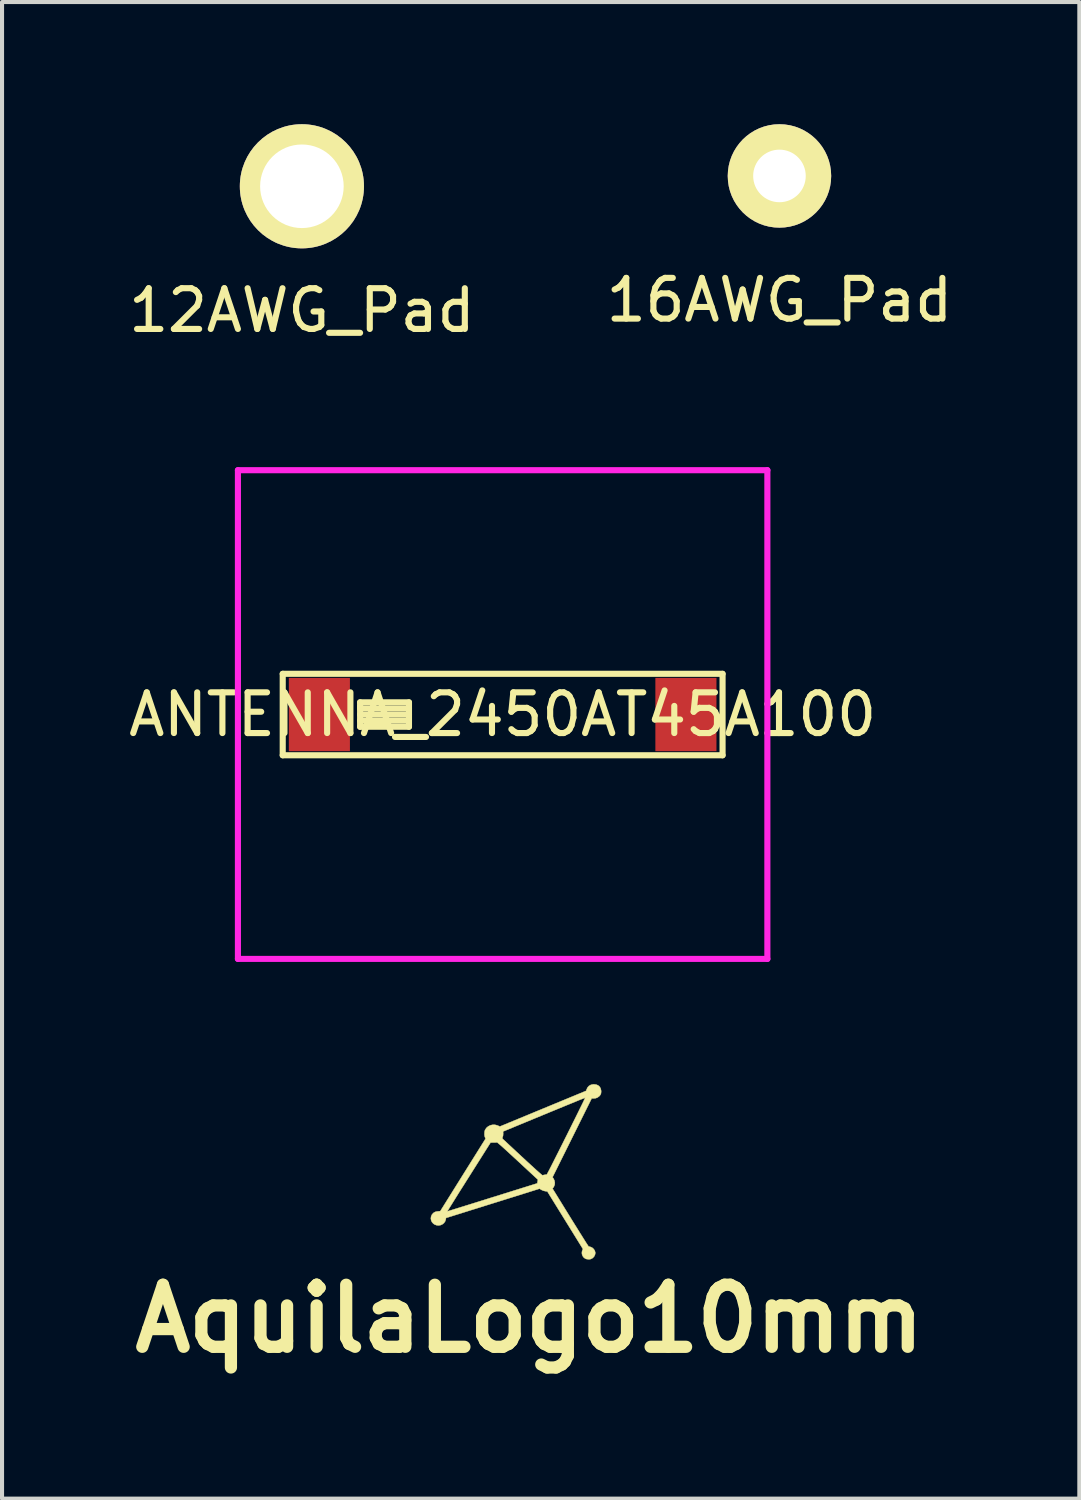
<source format=kicad_pcb>
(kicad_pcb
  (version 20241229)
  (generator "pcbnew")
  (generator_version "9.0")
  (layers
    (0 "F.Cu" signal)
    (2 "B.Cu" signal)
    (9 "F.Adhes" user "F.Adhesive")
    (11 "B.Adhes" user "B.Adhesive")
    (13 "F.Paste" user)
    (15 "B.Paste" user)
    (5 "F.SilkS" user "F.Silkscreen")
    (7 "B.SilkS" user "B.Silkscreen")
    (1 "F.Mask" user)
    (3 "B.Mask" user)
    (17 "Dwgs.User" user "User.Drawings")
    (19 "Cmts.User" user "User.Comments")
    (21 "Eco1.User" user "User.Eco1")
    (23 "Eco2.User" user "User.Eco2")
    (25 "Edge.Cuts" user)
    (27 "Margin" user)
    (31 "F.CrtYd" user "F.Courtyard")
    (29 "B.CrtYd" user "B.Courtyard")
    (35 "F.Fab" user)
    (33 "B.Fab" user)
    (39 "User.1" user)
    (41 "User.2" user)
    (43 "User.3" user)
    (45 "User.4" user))
  (footprint "AquilaLogo10mm"
    (layer "F.Cu")
    (at 9.95 26.33)
    (property "Reference" "AquilaLogo10mm" (at 0 3 0) (layer "F.SilkS") (effects (font (size 1.524 1.524) (thickness 0.3))))
    (attr through_hole)
    (fp_poly (pts (xy 1.641 -2.748) (xy 1.688 -2.728) (xy 1.725 -2.695) (xy 1.749 -2.652) (xy 1.76 -2.599) (xy 1.761 -2.583) (xy 1.758 -2.538) (xy 1.746 -2.503) (xy 1.723 -2.472) (xy 1.713 -2.463) (xy 1.67 -2.431) (xy 1.624 -2.414) (xy 1.579 -2.41) (xy 1.528 -2.41) (xy 0.567 -0.475) (xy 0.589 -0.444) (xy 0.613 -0.394) (xy 0.623 -0.342) (xy 0.619 -0.29) (xy 0.6 -0.242) (xy 0.588 -0.224) (xy 0.567 -0.195) (xy 1.004 0.513) (xy 1.066 0.613) (xy 1.125 0.708) (xy 1.182 0.799) (xy 1.234 0.883) (xy 1.283 0.961) (xy 1.326 1.03) (xy 1.364 1.09) (xy 1.396 1.141) (xy 1.422 1.18) (xy 1.44 1.207) (xy 1.449 1.222) (xy 1.451 1.224) (xy 1.465 1.228) (xy 1.487 1.234) (xy 1.496 1.236) (xy 1.54 1.255) (xy 1.576 1.287) (xy 1.603 1.327) (xy 1.616 1.372) (xy 1.617 1.388) (xy 1.609 1.43) (xy 1.588 1.472) (xy 1.557 1.506) (xy 1.542 1.516) (xy 1.515 1.531) (xy 1.489 1.539) (xy 1.456 1.541) (xy 1.452 1.541) (xy 1.401 1.535) (xy 1.37 1.524) (xy 1.331 1.494) (xy 1.304 1.455) (xy 1.289 1.41) (xy 1.288 1.363) (xy 1.299 1.321) (xy 1.314 1.289) (xy 0.44 -0.124) (xy 0.384 -0.133) (xy 0.337 -0.145) (xy 0.295 -0.164) (xy 0.288 -0.168) (xy 0.248 -0.193) (xy -0.818 0.141) (xy -0.95 0.182) (xy -1.078 0.222) (xy -1.202 0.261) (xy -1.32 0.298) (xy -1.431 0.332) (xy -1.535 0.365) (xy -1.631 0.395) (xy -1.716 0.422) (xy -1.791 0.445) (xy -1.855 0.465) (xy -1.905 0.481) (xy -1.942 0.492) (xy -1.964 0.499) (xy -1.966 0.5) (xy -2.049 0.525) (xy -2.054 0.559) (xy -2.07 0.609) (xy -2.098 0.649) (xy -2.135 0.68) (xy -2.18 0.701) (xy -2.228 0.709) (xy -2.278 0.705) (xy -2.326 0.688) (xy -2.359 0.666) (xy -2.393 0.628) (xy -2.414 0.583) (xy -2.421 0.535) (xy -2.414 0.488) (xy -2.394 0.443) (xy -2.36 0.405) (xy -2.345 0.394) (xy -2.318 0.379) (xy -2.289 0.37) (xy -2.251 0.365) (xy -2.249 0.364) (xy -2.246 0.364) (xy -2.016 0.364) (xy -2.008 0.362) (xy -1.984 0.355) (xy -1.946 0.343) (xy -1.894 0.327) (xy -1.83 0.307) (xy -1.755 0.284) (xy -1.669 0.257) (xy -1.573 0.227) (xy -1.469 0.195) (xy -1.357 0.16) (xy -1.238 0.123) (xy -1.113 0.084) (xy -0.984 0.043) (xy -0.91 0.02) (xy 0.192 -0.324) (xy 0.2 -0.37) (xy 0.208 -0.415) (xy -0.287 -0.874) (xy -0.38 -0.96) (xy -0.465 -1.038) (xy -0.541 -1.108) (xy -0.609 -1.17) (xy -0.666 -1.222) (xy -0.714 -1.264) (xy -0.752 -1.296) (xy -0.778 -1.318) (xy -0.793 -1.329) (xy -0.795 -1.33) (xy -0.81 -1.329) (xy -0.836 -1.327) (xy -0.869 -1.326) (xy -0.882 -1.326) (xy -0.955 -1.325) (xy -1.488 -0.481) (xy -1.557 -0.372) (xy -1.623 -0.267) (xy -1.686 -0.168) (xy -1.745 -0.074) (xy -1.799 0.013) (xy -1.849 0.093) (xy -1.893 0.164) (xy -1.932 0.226) (xy -1.964 0.277) (xy -1.989 0.318) (xy -2.006 0.346) (xy -2.015 0.361) (xy -2.016 0.364) (xy -2.246 0.364) (xy -2.19 0.36) (xy -1.633 -0.532) (xy -1.075 -1.424) (xy -1.078 -1.429) (xy -0.666 -1.429) (xy -0.66 -1.419) (xy -0.659 -1.418) (xy -0.651 -1.41) (xy -0.632 -1.392) (xy -0.602 -1.364) (xy -0.563 -1.328) (xy -0.515 -1.283) (xy -0.46 -1.232) (xy -0.398 -1.174) (xy -0.331 -1.111) (xy -0.259 -1.045) (xy -0.183 -0.974) (xy -0.169 -0.962) (xy -0.069 -0.868) (xy 0.021 -0.786) (xy 0.099 -0.715) (xy 0.165 -0.654) (xy 0.22 -0.605) (xy 0.264 -0.567) (xy 0.295 -0.54) (xy 0.315 -0.525) (xy 0.322 -0.522) (xy 0.337 -0.526) (xy 0.362 -0.531) (xy 0.376 -0.534) (xy 0.401 -0.538) (xy 0.42 -0.538) (xy 0.425 -0.537) (xy 0.429 -0.544) (xy 0.44 -0.565) (xy 0.458 -0.599) (xy 0.482 -0.644) (xy 0.511 -0.701) (xy 0.545 -0.767) (xy 0.583 -0.842) (xy 0.624 -0.924) (xy 0.669 -1.013) (xy 0.716 -1.106) (xy 0.765 -1.204) (xy 0.816 -1.305) (xy 0.867 -1.408) (xy 0.919 -1.511) (xy 0.97 -1.614) (xy 1.021 -1.716) (xy 1.07 -1.815) (xy 1.118 -1.911) (xy 1.163 -2.002) (xy 1.205 -2.087) (xy 1.243 -2.165) (xy 1.278 -2.235) (xy 1.308 -2.296) (xy 1.332 -2.347) (xy 1.351 -2.386) (xy 1.363 -2.412) (xy 1.369 -2.426) (xy 1.369 -2.427) (xy 1.361 -2.424) (xy 1.338 -2.415) (xy 1.302 -2.4) (xy 1.252 -2.381) (xy 1.191 -2.356) (xy 1.119 -2.326) (xy 1.036 -2.292) (xy 0.945 -2.255) (xy 0.845 -2.214) (xy 0.738 -2.17) (xy 0.624 -2.123) (xy 0.505 -2.074) (xy 0.382 -2.023) (xy 0.359 -2.014) (xy -0.648 -1.597) (xy -0.645 -1.551) (xy -0.648 -1.498) (xy -0.656 -1.467) (xy -0.665 -1.443) (xy -0.666 -1.429) (xy -1.078 -1.429) (xy -1.09 -1.451) (xy -1.1 -1.481) (xy -1.105 -1.521) (xy -1.104 -1.565) (xy -1.099 -1.606) (xy -1.089 -1.637) (xy -1.056 -1.686) (xy -1.012 -1.723) (xy -0.96 -1.749) (xy -0.903 -1.762) (xy -0.844 -1.761) (xy -0.785 -1.746) (xy -0.776 -1.742) (xy -0.727 -1.719) (xy 0.332 -2.157) (xy 1.391 -2.595) (xy 1.403 -2.628) (xy 1.428 -2.68) (xy 1.464 -2.718) (xy 1.51 -2.743) (xy 1.566 -2.755) (xy 1.584 -2.755) (xy 1.641 -2.748)) (stroke (width 0.01) (type solid)) (fill yes) (layer "F.SilkS")))
  (footprint "16AWG_Pad"
    (layer "F.Cu")
    (at 16.089 1.27)
    (property "Reference" "16AWG_Pad" (at 0 3.048 0) (layer "F.SilkS") (effects (font (size 1 1) (thickness 0.15))))
    (attr through_hole)
    (pad "1" thru_hole circle (at 0 0) (size 2.54 2.54) (drill 1.291) (layers "*.Cu" "*.Mask" "F.SilkS")))
  (footprint "ANTENNA_2450AT45A100"
    (layer "F.Cu")
    (at 9.292 14.495)
    (property "Reference" "ANTENNA_2450AT45A100" (at 0 0 0) (layer "F.SilkS") (effects (font (size 1 1) (thickness 0.15))))
    (attr through_hole)
    (fp_line (start -5.4 -1) (end 5.4 -1) (stroke (width 0.15) (type solid)) (layer "F.SilkS"))
    (fp_line (start -5.4 1) (end -5.4 -1) (stroke (width 0.15) (type solid)) (layer "F.SilkS"))
    (fp_line (start -3.5 -0.2) (end -3.5 -0.3) (stroke (width 0.15) (type solid)) (layer "F.SilkS"))
    (fp_line (start -3.5 -0.2) (end -3.5 0.3) (stroke (width 0.15) (type solid)) (layer "F.SilkS"))
    (fp_line (start -3.5 -0.15) (end -2.3 -0.15) (stroke (width 0.15) (type solid)) (layer "F.SilkS"))
    (fp_line (start -3.5 0) (end -2.3 0) (stroke (width 0.15) (type solid)) (layer "F.SilkS"))
    (fp_line (start -3.5 0.15) (end -2.3 0.15) (stroke (width 0.15) (type solid)) (layer "F.SilkS"))
    (fp_line (start -3.5 0.3) (end -2.3 0.3) (stroke (width 0.15) (type solid)) (layer "F.SilkS"))
    (fp_line (start -2.3 -0.3) (end -3.5 -0.3) (stroke (width 0.15) (type solid)) (layer "F.SilkS"))
    (fp_line (start -2.3 0.3) (end -2.3 -0.3) (stroke (width 0.15) (type solid)) (layer "F.SilkS"))
    (fp_line (start 5.4 -1) (end 5.4 1) (stroke (width 0.15) (type solid)) (layer "F.SilkS"))
    (fp_line (start 5.4 1) (end -5.4 1) (stroke (width 0.15) (type solid)) (layer "F.SilkS"))
    (fp_line (start -6.5 -6) (end 6.5 -6) (stroke (width 0.15) (type solid)) (layer "F.CrtYd"))
    (fp_line (start -6.5 6) (end -6.5 -6) (stroke (width 0.15) (type solid)) (layer "F.CrtYd"))
    (fp_line (start -6.5 6) (end 6.5 6) (stroke (width 0.15) (type solid)) (layer "F.CrtYd"))
    (fp_line (start 6.5 -6) (end 6.5 6) (stroke (width 0.15) (type solid)) (layer "F.CrtYd"))
    (pad "" smd rect (at 4.5 0) (size 1.5 1.8) (layers "F.Cu" "F.Mask" "F.Paste"))
    (pad "1" smd rect (at -4.5 0) (size 1.5 1.8) (layers "F.Cu" "F.Mask" "F.Paste")))
  (footprint "12AWG_Pad"
    (layer "F.Cu")
    (at 4.363 1.524)
    (property "Reference" "12AWG_Pad" (at 0 3.048 0) (layer "F.SilkS") (effects (font (size 1 1) (thickness 0.15))))
    (attr through_hole)
    (pad "1" thru_hole circle (at 0 0) (size 3.048 3.048) (drill 2.052) (layers "*.Cu" "*.Mask" "F.SilkS")))
  (gr_rect
    (start -3 -3)
    (end 23.452 33.748)
    (stroke (width 0.1) (type default))
    (fill no)
    (layer "Edge.Cuts")))
</source>
